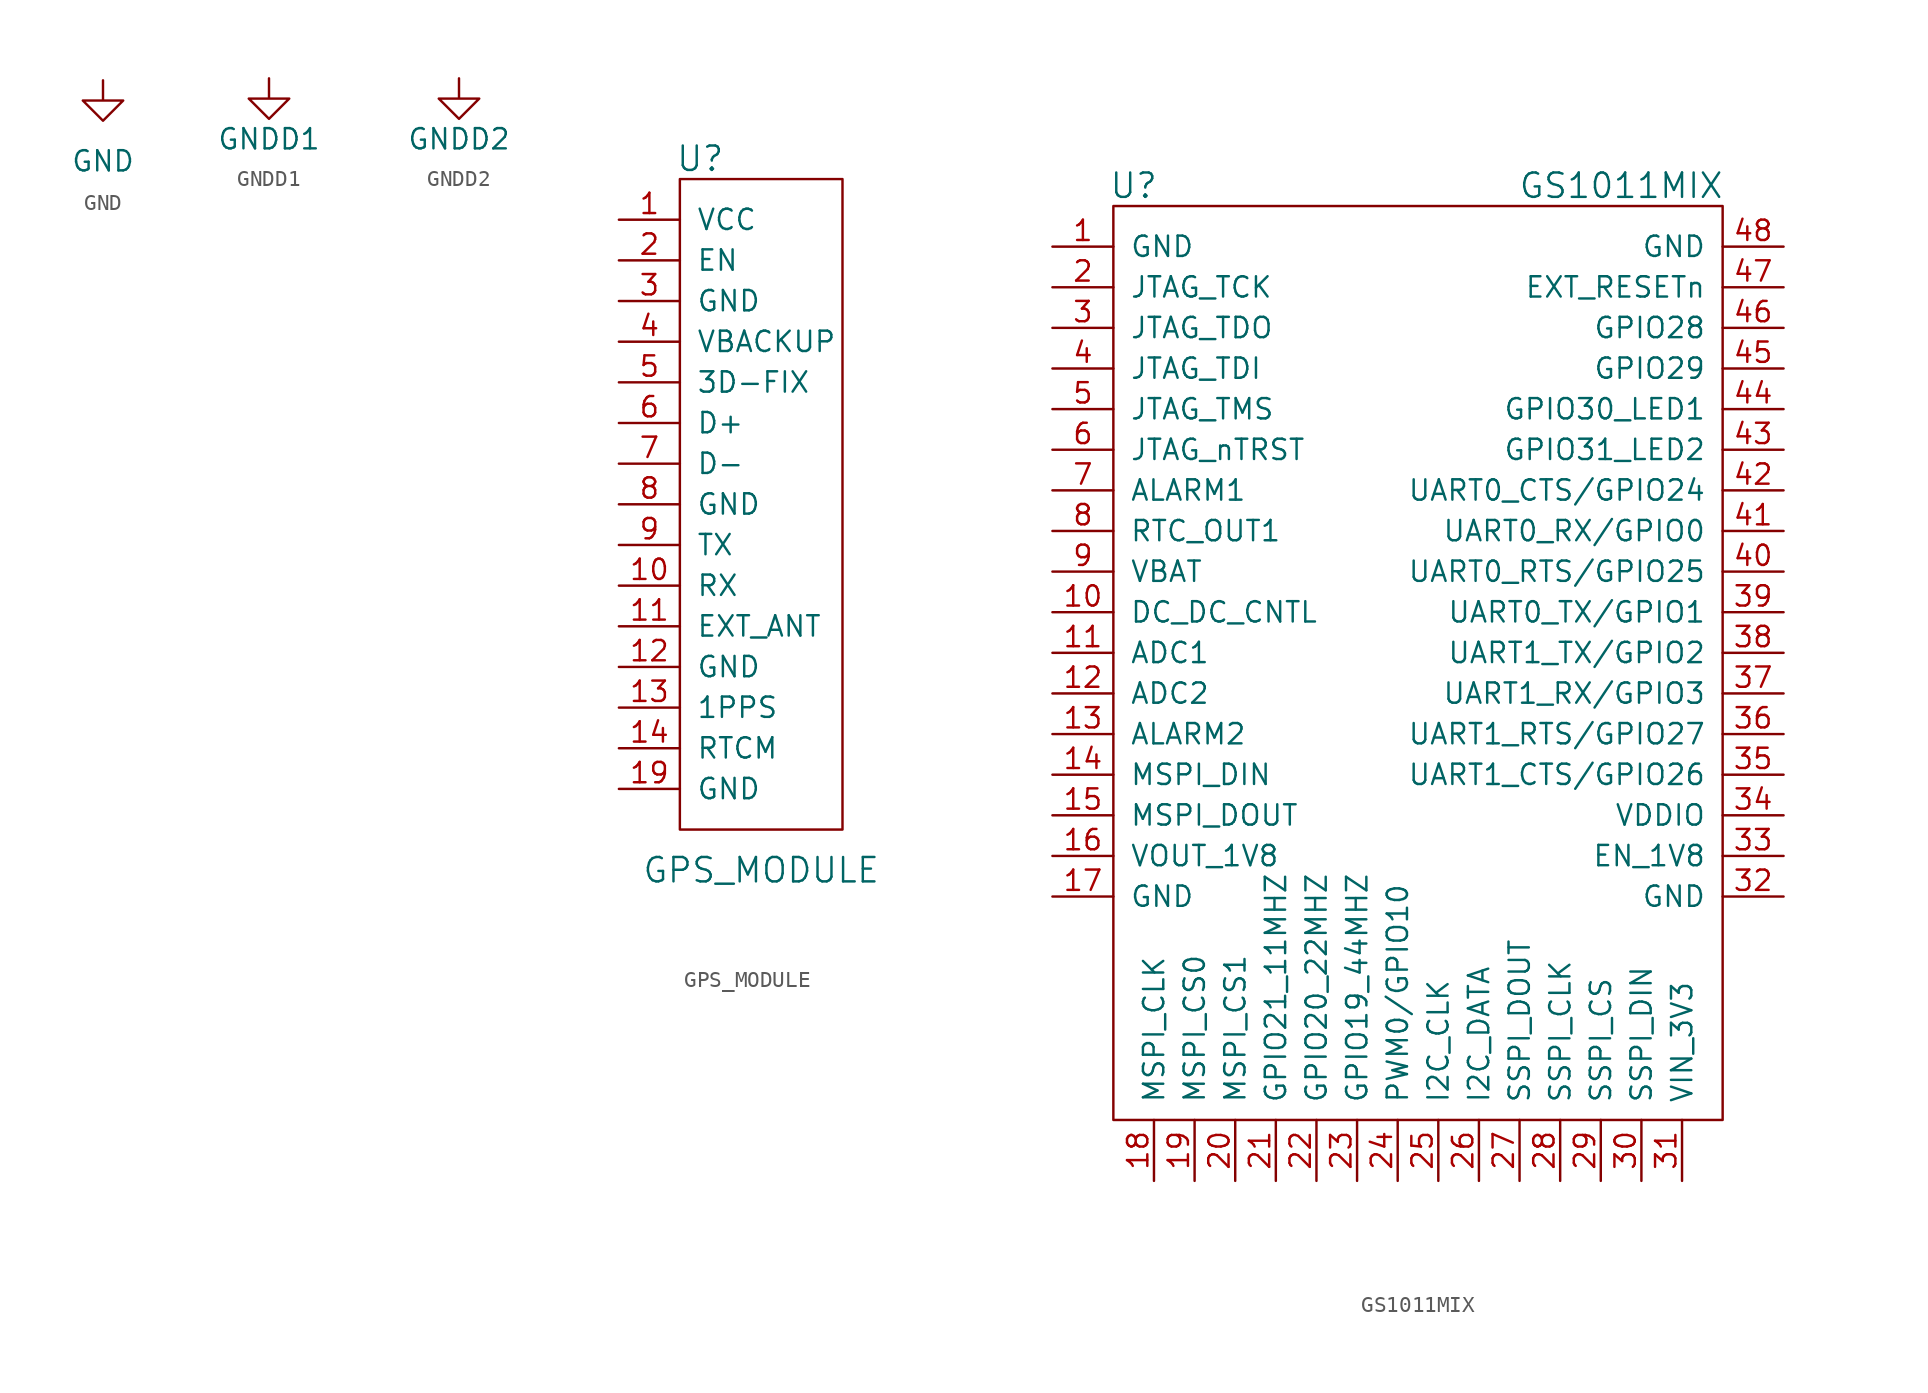
<source format=kicad_sym>
(kicad_symbol_lib
  (version 20210619)
  (generator kicad_symbol_editor)
  (symbol "tinkerforge:GND"
    (power)
    (pin_names
      (offset 0))
    (property "Reference" "#PWR"
      (at 0 -6.35 0)
      (effects (font (size 1.27 1.27)) hide))
    (property "Value" "GND"
      (at 0 -5.08 0)
      (effects (font (size 1.27 1.27))))
    (property "Footprint" ""
      (at 0 0 0)
      (effects (font (size 1.27 1.27))))
    (property "Datasheet" ""
      (at 0 0 0)
      (effects (font (size 1.27 1.27))))
    (symbol "GND_0_1"
      (polyline (pts (xy 0 0) (xy 0 -1.27) (xy 1.27 -1.27) (xy 0 -2.54) (xy -1.27 -1.27) (xy 0 -1.27)) (stroke (width 0)) (fill (type none))))
    (symbol "GND_1_1"
      (pin power_in line (at 0 0 270) (length 0) hide (name "GND" (effects (font (size 1.27 1.27)))) (number "1" (effects (font (size 1.27 1.27)))))))
  (symbol "tinkerforge:GNDD1"
    (power)
    (pin_names
      (offset 0))
    (property "Reference" "#PWR"
      (at 0 -6.35 0)
      (effects (font (size 1.27 1.27)) hide))
    (property "Value" "GNDD1"
      (at 0 -3.81 0)
      (effects (font (size 1.27 1.27))))
    (property "Footprint" ""
      (at 0 0 0)
      (effects (font (size 1.27 1.27))))
    (property "Datasheet" ""
      (at 0 0 0)
      (effects (font (size 1.27 1.27))))
    (symbol "GNDD1_0_1"
      (polyline (pts (xy 0 0) (xy 0 -1.27) (xy 1.27 -1.27) (xy 0 -2.54) (xy -1.27 -1.27) (xy 0 -1.27)) (stroke (width 0)) (fill (type none))))
    (symbol "GNDD1_1_1"
      (pin power_in line (at 0 0 270) (length 0) hide (name "GNDD1" (effects (font (size 1.27 1.27)))) (number "1" (effects (font (size 1.27 1.27)))))))
  (symbol "tinkerforge:GNDD2"
    (power)
    (pin_names
      (offset 0))
    (property "Reference" "#PWR"
      (at 0 -6.35 0)
      (effects (font (size 1.27 1.27)) hide))
    (property "Value" "GNDD2"
      (at 0 -3.81 0)
      (effects (font (size 1.27 1.27))))
    (property "Footprint" ""
      (at 0 0 0)
      (effects (font (size 1.27 1.27))))
    (property "Datasheet" ""
      (at 0 0 0)
      (effects (font (size 1.27 1.27))))
    (symbol "GNDD2_0_1"
      (polyline (pts (xy 0 0) (xy 0 -1.27) (xy 1.27 -1.27) (xy 0 -2.54) (xy -1.27 -1.27) (xy 0 -1.27)) (stroke (width 0)) (fill (type none))))
    (symbol "GNDD2_1_1"
      (pin power_in line (at 0 0 270) (length 0) hide (name "GNDD2" (effects (font (size 1.27 1.27)))) (number "1" (effects (font (size 1.27 1.27)))))))
  (symbol "tinkerforge:GPS_MODULE"
    (pin_names
      (offset 1.016))
    (property "Reference" "U"
      (at -3.81 21.59 0)
      (effects (font (size 1.524 1.524))))
    (property "Value" "GPS_MODULE"
      (at 0 -22.86 0)
      (effects (font (size 1.524 1.524))))
    (property "Footprint" ""
      (at 0 0 0)
      (effects (font (size 1.524 1.524))))
    (property "Datasheet" ""
      (at 0 0 0)
      (effects (font (size 1.524 1.524))))
    (symbol "GPS_MODULE_0_1"
      (rectangle (start -5.08 20.32) (end 5.08 -20.32) (stroke (width 0)) (fill (type none))))
    (symbol "GPS_MODULE_1_1"
      (pin passive line (at -8.89 17.78 0) (length 3.81) (name "VCC" (effects (font (size 1.27 1.27)))) (number "1" (effects (font (size 1.27 1.27)))))
      (pin passive line (at -8.89 -5.08 0) (length 3.81) (name "RX" (effects (font (size 1.27 1.27)))) (number "10" (effects (font (size 1.27 1.27)))))
      (pin passive line (at -8.89 -7.62 0) (length 3.81) (name "EXT_ANT" (effects (font (size 1.27 1.27)))) (number "11" (effects (font (size 1.27 1.27)))))
      (pin passive line (at -8.89 -10.16 0) (length 3.81) (name "GND" (effects (font (size 1.27 1.27)))) (number "12" (effects (font (size 1.27 1.27)))))
      (pin passive line (at -8.89 -12.7 0) (length 3.81) (name "1PPS" (effects (font (size 1.27 1.27)))) (number "13" (effects (font (size 1.27 1.27)))))
      (pin passive line (at -8.89 -15.24 0) (length 3.81) (name "RTCM" (effects (font (size 1.27 1.27)))) (number "14" (effects (font (size 1.27 1.27)))))
      (pin passive line (at -8.89 -17.78 0) (length 3.81) (name "GND" (effects (font (size 1.27 1.27)))) (number "19" (effects (font (size 1.27 1.27)))))
      (pin passive line (at -8.89 15.24 0) (length 3.81) (name "EN" (effects (font (size 1.27 1.27)))) (number "2" (effects (font (size 1.27 1.27)))))
      (pin passive line (at -8.89 12.7 0) (length 3.81) (name "GND" (effects (font (size 1.27 1.27)))) (number "3" (effects (font (size 1.27 1.27)))))
      (pin passive line (at -8.89 10.16 0) (length 3.81) (name "VBACKUP" (effects (font (size 1.27 1.27)))) (number "4" (effects (font (size 1.27 1.27)))))
      (pin passive line (at -8.89 7.62 0) (length 3.81) (name "3D-FIX" (effects (font (size 1.27 1.27)))) (number "5" (effects (font (size 1.27 1.27)))))
      (pin passive line (at -8.89 5.08 0) (length 3.81) (name "D+" (effects (font (size 1.27 1.27)))) (number "6" (effects (font (size 1.27 1.27)))))
      (pin passive line (at -8.89 2.54 0) (length 3.81) (name "D-" (effects (font (size 1.27 1.27)))) (number "7" (effects (font (size 1.27 1.27)))))
      (pin passive line (at -8.89 0 0) (length 3.81) (name "GND" (effects (font (size 1.27 1.27)))) (number "8" (effects (font (size 1.27 1.27)))))
      (pin passive line (at -8.89 -2.54 0) (length 3.81) (name "TX" (effects (font (size 1.27 1.27)))) (number "9" (effects (font (size 1.27 1.27)))))))
  (symbol "tinkerforge:GS1011MIX"
    (pin_names
      (offset 1.016))
    (property "Reference" "U"
      (at -17.78 24.13 0)
      (effects (font (size 1.524 1.524))))
    (property "Value" "GS1011MIX"
      (at 12.7 24.13 0)
      (effects (font (size 1.524 1.524))))
    (property "Footprint" ""
      (at 0 0 0)
      (effects (font (size 1.524 1.524))))
    (property "Datasheet" ""
      (at 0 0 0)
      (effects (font (size 1.524 1.524))))
    (symbol "GS1011MIX_0_1"
      (rectangle (start -19.05 22.86) (end 19.05 -34.29) (stroke (width 0)) (fill (type none))))
    (symbol "GS1011MIX_1_1"
      (pin passive line (at -22.86 20.32 0) (length 3.81) (name "GND" (effects (font (size 1.27 1.27)))) (number "1" (effects (font (size 1.27 1.27)))))
      (pin passive line (at -22.86 -2.54 0) (length 3.81) (name "DC_DC_CNTL" (effects (font (size 1.27 1.27)))) (number "10" (effects (font (size 1.27 1.27)))))
      (pin passive line (at -22.86 -5.08 0) (length 3.81) (name "ADC1" (effects (font (size 1.27 1.27)))) (number "11" (effects (font (size 1.27 1.27)))))
      (pin passive line (at -22.86 -7.62 0) (length 3.81) (name "ADC2" (effects (font (size 1.27 1.27)))) (number "12" (effects (font (size 1.27 1.27)))))
      (pin passive line (at -22.86 -10.16 0) (length 3.81) (name "ALARM2" (effects (font (size 1.27 1.27)))) (number "13" (effects (font (size 1.27 1.27)))))
      (pin passive line (at -22.86 -12.7 0) (length 3.81) (name "MSPI_DIN" (effects (font (size 1.27 1.27)))) (number "14" (effects (font (size 1.27 1.27)))))
      (pin passive line (at -22.86 -15.24 0) (length 3.81) (name "MSPI_DOUT" (effects (font (size 1.27 1.27)))) (number "15" (effects (font (size 1.27 1.27)))))
      (pin passive line (at -22.86 -17.78 0) (length 3.81) (name "VOUT_1V8" (effects (font (size 1.27 1.27)))) (number "16" (effects (font (size 1.27 1.27)))))
      (pin passive line (at -22.86 -20.32 0) (length 3.81) (name "GND" (effects (font (size 1.27 1.27)))) (number "17" (effects (font (size 1.27 1.27)))))
      (pin passive line (at -16.51 -38.1 90) (length 3.81) (name "MSPI_CLK" (effects (font (size 1.27 1.27)))) (number "18" (effects (font (size 1.27 1.27)))))
      (pin passive line (at -13.97 -38.1 90) (length 3.81) (name "MSPI_CS0" (effects (font (size 1.27 1.27)))) (number "19" (effects (font (size 1.27 1.27)))))
      (pin passive line (at -22.86 17.78 0) (length 3.81) (name "JTAG_TCK" (effects (font (size 1.27 1.27)))) (number "2" (effects (font (size 1.27 1.27)))))
      (pin passive line (at -11.43 -38.1 90) (length 3.81) (name "MSPI_CS1" (effects (font (size 1.27 1.27)))) (number "20" (effects (font (size 1.27 1.27)))))
      (pin passive line (at -8.89 -38.1 90) (length 3.81) (name "GPIO21_11MHZ" (effects (font (size 1.27 1.27)))) (number "21" (effects (font (size 1.27 1.27)))))
      (pin passive line (at -6.35 -38.1 90) (length 3.81) (name "GPIO20_22MHZ" (effects (font (size 1.27 1.27)))) (number "22" (effects (font (size 1.27 1.27)))))
      (pin passive line (at -3.81 -38.1 90) (length 3.81) (name "GPIO19_44MHZ" (effects (font (size 1.27 1.27)))) (number "23" (effects (font (size 1.27 1.27)))))
      (pin passive line (at -1.27 -38.1 90) (length 3.81) (name "PWM0/GPIO10" (effects (font (size 1.27 1.27)))) (number "24" (effects (font (size 1.27 1.27)))))
      (pin passive line (at 1.27 -38.1 90) (length 3.81) (name "I2C_CLK" (effects (font (size 1.27 1.27)))) (number "25" (effects (font (size 1.27 1.27)))))
      (pin passive line (at 3.81 -38.1 90) (length 3.81) (name "I2C_DATA" (effects (font (size 1.27 1.27)))) (number "26" (effects (font (size 1.27 1.27)))))
      (pin passive line (at 6.35 -38.1 90) (length 3.81) (name "SSPI_DOUT" (effects (font (size 1.27 1.27)))) (number "27" (effects (font (size 1.27 1.27)))))
      (pin passive line (at 8.89 -38.1 90) (length 3.81) (name "SSPI_CLK" (effects (font (size 1.27 1.27)))) (number "28" (effects (font (size 1.27 1.27)))))
      (pin passive line (at 11.43 -38.1 90) (length 3.81) (name "SSPI_CS" (effects (font (size 1.27 1.27)))) (number "29" (effects (font (size 1.27 1.27)))))
      (pin passive line (at -22.86 15.24 0) (length 3.81) (name "JTAG_TDO" (effects (font (size 1.27 1.27)))) (number "3" (effects (font (size 1.27 1.27)))))
      (pin passive line (at 13.97 -38.1 90) (length 3.81) (name "SSPI_DIN" (effects (font (size 1.27 1.27)))) (number "30" (effects (font (size 1.27 1.27)))))
      (pin passive line (at 16.51 -38.1 90) (length 3.81) (name "VIN_3V3" (effects (font (size 1.27 1.27)))) (number "31" (effects (font (size 1.27 1.27)))))
      (pin passive line (at 22.86 -20.32 180) (length 3.81) (name "GND" (effects (font (size 1.27 1.27)))) (number "32" (effects (font (size 1.27 1.27)))))
      (pin passive line (at 22.86 -17.78 180) (length 3.81) (name "EN_1V8" (effects (font (size 1.27 1.27)))) (number "33" (effects (font (size 1.27 1.27)))))
      (pin passive line (at 22.86 -15.24 180) (length 3.81) (name "VDDIO" (effects (font (size 1.27 1.27)))) (number "34" (effects (font (size 1.27 1.27)))))
      (pin passive line (at 22.86 -12.7 180) (length 3.81) (name "UART1_CTS/GPIO26" (effects (font (size 1.27 1.27)))) (number "35" (effects (font (size 1.27 1.27)))))
      (pin passive line (at 22.86 -10.16 180) (length 3.81) (name "UART1_RTS/GPIO27" (effects (font (size 1.27 1.27)))) (number "36" (effects (font (size 1.27 1.27)))))
      (pin passive line (at 22.86 -7.62 180) (length 3.81) (name "UART1_RX/GPIO3" (effects (font (size 1.27 1.27)))) (number "37" (effects (font (size 1.27 1.27)))))
      (pin passive line (at 22.86 -5.08 180) (length 3.81) (name "UART1_TX/GPIO2" (effects (font (size 1.27 1.27)))) (number "38" (effects (font (size 1.27 1.27)))))
      (pin passive line (at 22.86 -2.54 180) (length 3.81) (name "UART0_TX/GPIO1" (effects (font (size 1.27 1.27)))) (number "39" (effects (font (size 1.27 1.27)))))
      (pin passive line (at -22.86 12.7 0) (length 3.81) (name "JTAG_TDI" (effects (font (size 1.27 1.27)))) (number "4" (effects (font (size 1.27 1.27)))))
      (pin passive line (at 22.86 0 180) (length 3.81) (name "UART0_RTS/GPIO25" (effects (font (size 1.27 1.27)))) (number "40" (effects (font (size 1.27 1.27)))))
      (pin passive line (at 22.86 2.54 180) (length 3.81) (name "UART0_RX/GPIO0" (effects (font (size 1.27 1.27)))) (number "41" (effects (font (size 1.27 1.27)))))
      (pin passive line (at 22.86 5.08 180) (length 3.81) (name "UART0_CTS/GPIO24" (effects (font (size 1.27 1.27)))) (number "42" (effects (font (size 1.27 1.27)))))
      (pin passive line (at 22.86 7.62 180) (length 3.81) (name "GPIO31_LED2" (effects (font (size 1.27 1.27)))) (number "43" (effects (font (size 1.27 1.27)))))
      (pin passive line (at 22.86 10.16 180) (length 3.81) (name "GPIO30_LED1" (effects (font (size 1.27 1.27)))) (number "44" (effects (font (size 1.27 1.27)))))
      (pin passive line (at 22.86 12.7 180) (length 3.81) (name "GPIO29" (effects (font (size 1.27 1.27)))) (number "45" (effects (font (size 1.27 1.27)))))
      (pin passive line (at 22.86 15.24 180) (length 3.81) (name "GPIO28" (effects (font (size 1.27 1.27)))) (number "46" (effects (font (size 1.27 1.27)))))
      (pin passive line (at 22.86 17.78 180) (length 3.81) (name "EXT_RESETn" (effects (font (size 1.27 1.27)))) (number "47" (effects (font (size 1.27 1.27)))))
      (pin passive line (at 22.86 20.32 180) (length 3.81) (name "GND" (effects (font (size 1.27 1.27)))) (number "48" (effects (font (size 1.27 1.27)))))
      (pin passive line (at -22.86 10.16 0) (length 3.81) (name "JTAG_TMS" (effects (font (size 1.27 1.27)))) (number "5" (effects (font (size 1.27 1.27)))))
      (pin passive line (at -22.86 7.62 0) (length 3.81) (name "JTAG_nTRST" (effects (font (size 1.27 1.27)))) (number "6" (effects (font (size 1.27 1.27)))))
      (pin passive line (at -22.86 5.08 0) (length 3.81) (name "ALARM1" (effects (font (size 1.27 1.27)))) (number "7" (effects (font (size 1.27 1.27)))))
      (pin passive line (at -22.86 2.54 0) (length 3.81) (name "RTC_OUT1" (effects (font (size 1.27 1.27)))) (number "8" (effects (font (size 1.27 1.27)))))
      (pin passive line (at -22.86 0 0) (length 3.81) (name "VBAT" (effects (font (size 1.27 1.27)))) (number "9" (effects (font (size 1.27 1.27))))))))
</source>
